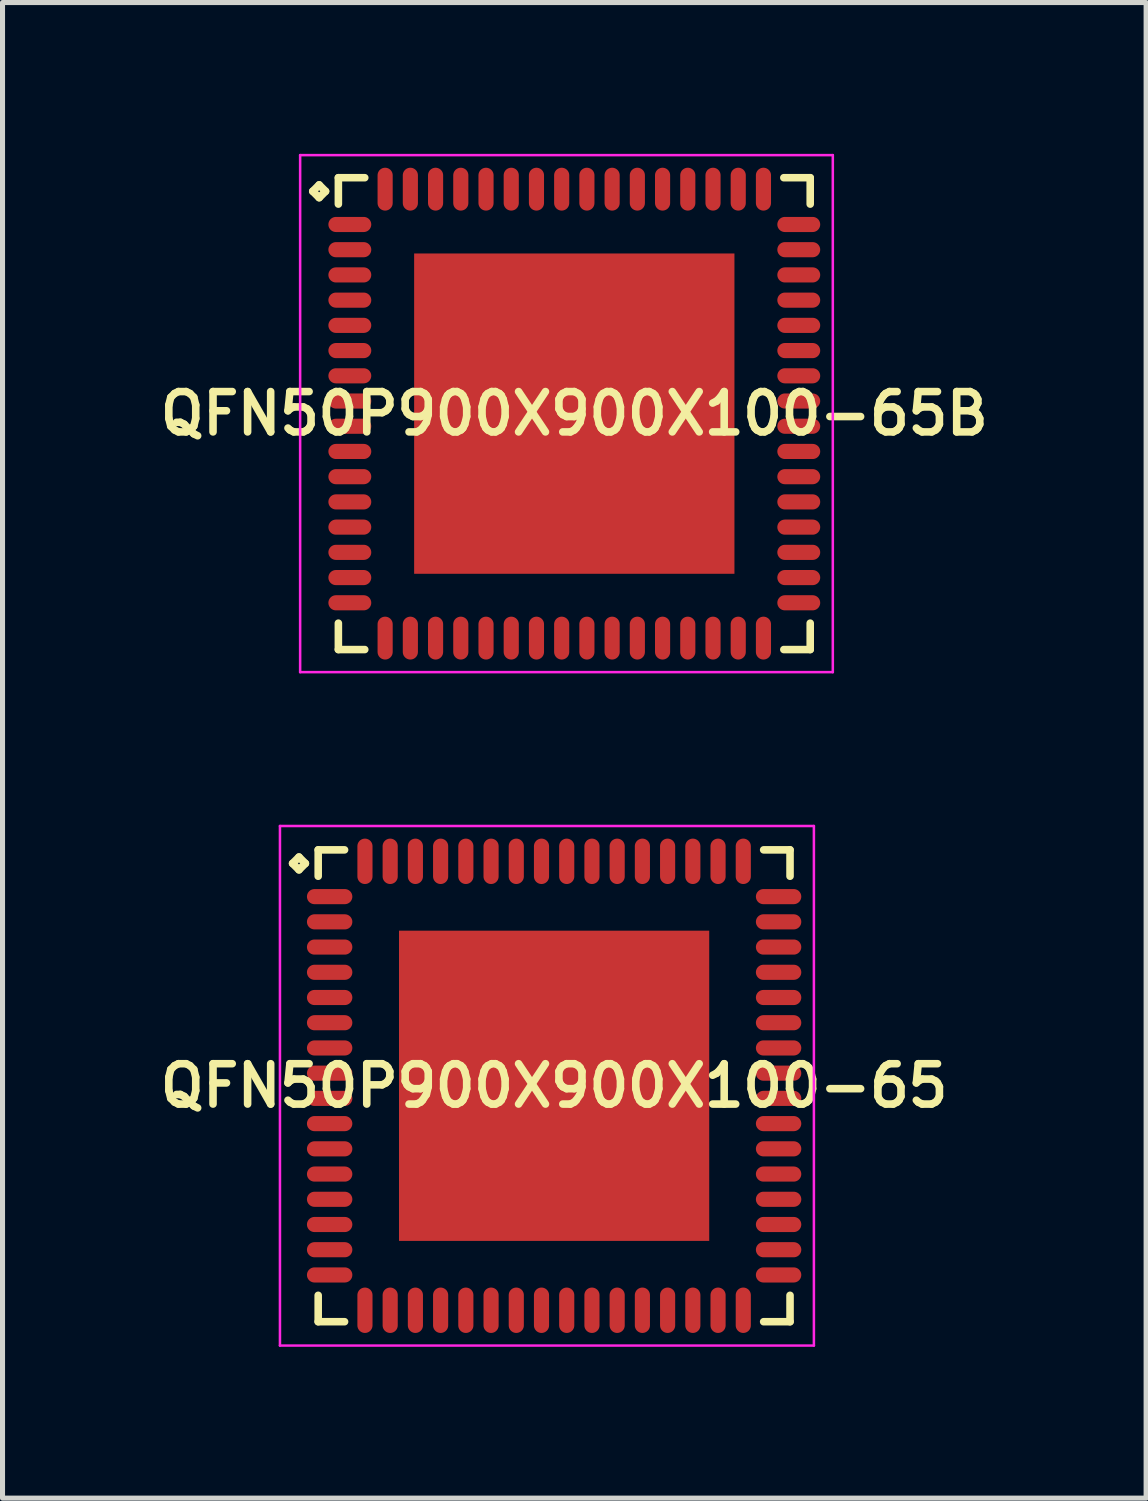
<source format=kicad_pcb>
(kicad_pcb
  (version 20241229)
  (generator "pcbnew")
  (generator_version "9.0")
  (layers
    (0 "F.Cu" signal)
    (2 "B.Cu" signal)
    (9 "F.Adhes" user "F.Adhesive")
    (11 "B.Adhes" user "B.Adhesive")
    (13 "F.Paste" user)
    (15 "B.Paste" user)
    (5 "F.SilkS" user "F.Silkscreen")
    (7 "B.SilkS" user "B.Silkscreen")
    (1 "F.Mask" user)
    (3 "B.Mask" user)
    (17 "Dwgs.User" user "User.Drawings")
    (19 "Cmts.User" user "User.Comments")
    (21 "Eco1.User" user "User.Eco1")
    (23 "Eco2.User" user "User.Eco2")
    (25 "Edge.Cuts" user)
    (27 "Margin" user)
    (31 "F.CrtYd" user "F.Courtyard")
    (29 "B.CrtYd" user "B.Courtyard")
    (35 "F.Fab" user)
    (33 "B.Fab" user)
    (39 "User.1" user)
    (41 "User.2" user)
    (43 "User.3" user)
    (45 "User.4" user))
  (footprint "QFN50P900X900X100-65"
    (layer "F.Cu")
    (at 7.935 18.475)
    (property "Reference" "QFN50P900X900X100-65" (at 0 0 0) (layer "F.SilkS") (effects (font (size 0.8 0.8) (thickness 0.15))))
    (attr smd)
    (fp_line (start -5.185 -4.408) (end -5.058 -4.535) (stroke (width 0.15) (type solid)) (layer "F.SilkS"))
    (fp_line (start -5.058 -4.535) (end -4.931 -4.408) (stroke (width 0.15) (type solid)) (layer "F.SilkS"))
    (fp_line (start -5.058 -4.281) (end -5.185 -4.408) (stroke (width 0.15) (type solid)) (layer "F.SilkS"))
    (fp_line (start -4.931 -4.408) (end -5.058 -4.281) (stroke (width 0.15) (type solid)) (layer "F.SilkS"))
    (fp_line (start -4.677 -4.677) (end -4.154 -4.677) (stroke (width 0.15) (type solid)) (layer "F.SilkS"))
    (fp_line (start -4.677 -4.154) (end -4.677 -4.677) (stroke (width 0.15) (type solid)) (layer "F.SilkS"))
    (fp_line (start -4.677 4.154) (end -4.677 4.677) (stroke (width 0.15) (type solid)) (layer "F.SilkS"))
    (fp_line (start -4.677 4.677) (end -4.154 4.677) (stroke (width 0.15) (type solid)) (layer "F.SilkS"))
    (fp_line (start 4.154 -4.677) (end 4.677 -4.677) (stroke (width 0.15) (type solid)) (layer "F.SilkS"))
    (fp_line (start 4.154 4.677) (end 4.677 4.677) (stroke (width 0.15) (type solid)) (layer "F.SilkS"))
    (fp_line (start 4.677 -4.677) (end 4.677 -4.154) (stroke (width 0.15) (type solid)) (layer "F.SilkS"))
    (fp_line (start 4.677 4.677) (end 4.677 4.154) (stroke (width 0.15) (type solid)) (layer "F.SilkS"))
    (fp_line (start -5.435 -5.15) (end 5.15 -5.15) (stroke (width 0.05) (type solid)) (layer "F.CrtYd"))
    (fp_line (start -5.435 5.15) (end -5.435 -5.15) (stroke (width 0.05) (type solid)) (layer "F.CrtYd"))
    (fp_line (start 5.15 -5.15) (end 5.15 5.15) (stroke (width 0.05) (type solid)) (layer "F.CrtYd"))
    (fp_line (start 5.15 5.15) (end -5.435 5.15) (stroke (width 0.05) (type solid)) (layer "F.CrtYd"))
    (pad "1" smd oval (at -4.45 -3.75) (size 0.9 0.3) (layers "F.Cu" "F.Mask" "F.Paste"))
    (pad "2" smd oval (at -4.45 -3.25) (size 0.9 0.3) (layers "F.Cu" "F.Mask" "F.Paste"))
    (pad "3" smd oval (at -4.45 -2.75) (size 0.9 0.3) (layers "F.Cu" "F.Mask" "F.Paste"))
    (pad "4" smd oval (at -4.45 -2.25) (size 0.9 0.3) (layers "F.Cu" "F.Mask" "F.Paste"))
    (pad "5" smd oval (at -4.45 -1.75) (size 0.9 0.3) (layers "F.Cu" "F.Mask" "F.Paste"))
    (pad "6" smd oval (at -4.45 -1.25) (size 0.9 0.3) (layers "F.Cu" "F.Mask" "F.Paste"))
    (pad "7" smd oval (at -4.45 -0.75) (size 0.9 0.3) (layers "F.Cu" "F.Mask" "F.Paste"))
    (pad "8" smd oval (at -4.45 -0.25) (size 0.9 0.3) (layers "F.Cu" "F.Mask" "F.Paste"))
    (pad "9" smd oval (at -4.45 0.25) (size 0.9 0.3) (layers "F.Cu" "F.Mask" "F.Paste"))
    (pad "10" smd oval (at -4.45 0.75) (size 0.9 0.3) (layers "F.Cu" "F.Mask" "F.Paste"))
    (pad "11" smd oval (at -4.45 1.25) (size 0.9 0.3) (layers "F.Cu" "F.Mask" "F.Paste"))
    (pad "12" smd oval (at -4.45 1.75) (size 0.9 0.3) (layers "F.Cu" "F.Mask" "F.Paste"))
    (pad "13" smd oval (at -4.45 2.25) (size 0.9 0.3) (layers "F.Cu" "F.Mask" "F.Paste"))
    (pad "14" smd oval (at -4.45 2.75) (size 0.9 0.3) (layers "F.Cu" "F.Mask" "F.Paste"))
    (pad "15" smd oval (at -4.45 3.25) (size 0.9 0.3) (layers "F.Cu" "F.Mask" "F.Paste"))
    (pad "16" smd oval (at -4.45 3.75) (size 0.9 0.3) (layers "F.Cu" "F.Mask" "F.Paste"))
    (pad "17" smd oval (at -3.75 4.45) (size 0.3 0.9) (layers "F.Cu" "F.Mask" "F.Paste"))
    (pad "18" smd oval (at -3.25 4.45) (size 0.3 0.9) (layers "F.Cu" "F.Mask" "F.Paste"))
    (pad "19" smd oval (at -2.75 4.45) (size 0.3 0.9) (layers "F.Cu" "F.Mask" "F.Paste"))
    (pad "20" smd oval (at -2.25 4.45) (size 0.3 0.9) (layers "F.Cu" "F.Mask" "F.Paste"))
    (pad "21" smd oval (at -1.75 4.45) (size 0.3 0.9) (layers "F.Cu" "F.Mask" "F.Paste"))
    (pad "22" smd oval (at -1.25 4.45) (size 0.3 0.9) (layers "F.Cu" "F.Mask" "F.Paste"))
    (pad "23" smd oval (at -0.75 4.45) (size 0.3 0.9) (layers "F.Cu" "F.Mask" "F.Paste"))
    (pad "24" smd oval (at -0.25 4.45) (size 0.3 0.9) (layers "F.Cu" "F.Mask" "F.Paste"))
    (pad "25" smd oval (at 0.25 4.45) (size 0.3 0.9) (layers "F.Cu" "F.Mask" "F.Paste"))
    (pad "26" smd oval (at 0.75 4.45) (size 0.3 0.9) (layers "F.Cu" "F.Mask" "F.Paste"))
    (pad "27" smd oval (at 1.25 4.45) (size 0.3 0.9) (layers "F.Cu" "F.Mask" "F.Paste"))
    (pad "28" smd oval (at 1.75 4.45) (size 0.3 0.9) (layers "F.Cu" "F.Mask" "F.Paste"))
    (pad "29" smd oval (at 2.25 4.45) (size 0.3 0.9) (layers "F.Cu" "F.Mask" "F.Paste"))
    (pad "30" smd oval (at 2.75 4.45) (size 0.3 0.9) (layers "F.Cu" "F.Mask" "F.Paste"))
    (pad "31" smd oval (at 3.25 4.45) (size 0.3 0.9) (layers "F.Cu" "F.Mask" "F.Paste"))
    (pad "32" smd oval (at 3.75 4.45) (size 0.3 0.9) (layers "F.Cu" "F.Mask" "F.Paste"))
    (pad "33" smd oval (at 4.45 3.75) (size 0.9 0.3) (layers "F.Cu" "F.Mask" "F.Paste"))
    (pad "34" smd oval (at 4.45 3.25) (size 0.9 0.3) (layers "F.Cu" "F.Mask" "F.Paste"))
    (pad "35" smd oval (at 4.45 2.75) (size 0.9 0.3) (layers "F.Cu" "F.Mask" "F.Paste"))
    (pad "36" smd oval (at 4.45 2.25) (size 0.9 0.3) (layers "F.Cu" "F.Mask" "F.Paste"))
    (pad "37" smd oval (at 4.45 1.75) (size 0.9 0.3) (layers "F.Cu" "F.Mask" "F.Paste"))
    (pad "38" smd oval (at 4.45 1.25) (size 0.9 0.3) (layers "F.Cu" "F.Mask" "F.Paste"))
    (pad "39" smd oval (at 4.45 0.75) (size 0.9 0.3) (layers "F.Cu" "F.Mask" "F.Paste"))
    (pad "40" smd oval (at 4.45 0.25) (size 0.9 0.3) (layers "F.Cu" "F.Mask" "F.Paste"))
    (pad "41" smd oval (at 4.45 -0.25) (size 0.9 0.3) (layers "F.Cu" "F.Mask" "F.Paste"))
    (pad "42" smd oval (at 4.45 -0.75) (size 0.9 0.3) (layers "F.Cu" "F.Mask" "F.Paste"))
    (pad "43" smd oval (at 4.45 -1.25) (size 0.9 0.3) (layers "F.Cu" "F.Mask" "F.Paste"))
    (pad "44" smd oval (at 4.45 -1.75) (size 0.9 0.3) (layers "F.Cu" "F.Mask" "F.Paste"))
    (pad "45" smd oval (at 4.45 -2.25) (size 0.9 0.3) (layers "F.Cu" "F.Mask" "F.Paste"))
    (pad "46" smd oval (at 4.45 -2.75) (size 0.9 0.3) (layers "F.Cu" "F.Mask" "F.Paste"))
    (pad "47" smd oval (at 4.45 -3.25) (size 0.9 0.3) (layers "F.Cu" "F.Mask" "F.Paste"))
    (pad "48" smd oval (at 4.45 -3.75) (size 0.9 0.3) (layers "F.Cu" "F.Mask" "F.Paste"))
    (pad "49" smd oval (at 3.75 -4.45) (size 0.3 0.9) (layers "F.Cu" "F.Mask" "F.Paste"))
    (pad "50" smd oval (at 3.25 -4.45) (size 0.3 0.9) (layers "F.Cu" "F.Mask" "F.Paste"))
    (pad "51" smd oval (at 2.75 -4.45) (size 0.3 0.9) (layers "F.Cu" "F.Mask" "F.Paste"))
    (pad "52" smd oval (at 2.25 -4.45) (size 0.3 0.9) (layers "F.Cu" "F.Mask" "F.Paste"))
    (pad "53" smd oval (at 1.75 -4.45) (size 0.3 0.9) (layers "F.Cu" "F.Mask" "F.Paste"))
    (pad "54" smd oval (at 1.25 -4.45) (size 0.3 0.9) (layers "F.Cu" "F.Mask" "F.Paste"))
    (pad "55" smd oval (at 0.75 -4.45) (size 0.3 0.9) (layers "F.Cu" "F.Mask" "F.Paste"))
    (pad "56" smd oval (at 0.25 -4.45) (size 0.3 0.9) (layers "F.Cu" "F.Mask" "F.Paste"))
    (pad "57" smd oval (at -0.25 -4.45) (size 0.3 0.9) (layers "F.Cu" "F.Mask" "F.Paste"))
    (pad "58" smd oval (at -0.75 -4.45) (size 0.3 0.9) (layers "F.Cu" "F.Mask" "F.Paste"))
    (pad "59" smd oval (at -1.25 -4.45) (size 0.3 0.9) (layers "F.Cu" "F.Mask" "F.Paste"))
    (pad "60" smd oval (at -1.75 -4.45) (size 0.3 0.9) (layers "F.Cu" "F.Mask" "F.Paste"))
    (pad "61" smd oval (at -2.25 -4.45) (size 0.3 0.9) (layers "F.Cu" "F.Mask" "F.Paste"))
    (pad "62" smd oval (at -2.75 -4.45) (size 0.3 0.9) (layers "F.Cu" "F.Mask" "F.Paste"))
    (pad "63" smd oval (at -3.25 -4.45) (size 0.3 0.9) (layers "F.Cu" "F.Mask" "F.Paste"))
    (pad "64" smd oval (at -3.75 -4.45) (size 0.3 0.9) (layers "F.Cu" "F.Mask" "F.Paste"))
    (pad "65" smd rect (at 0 0) (size 6.15 6.15) (layers "F.Cu" "F.Mask" "F.Paste")))
  (footprint "QFN50P900X900X100-65B"
    (layer "F.Cu")
    (at 8.335 5.15)
    (property "Reference" "QFN50P900X900X100-65B" (at 0 0 0) (layer "F.SilkS") (effects (font (size 0.8 0.8) (thickness 0.15))))
    (attr smd)
    (fp_line (start -5.185 -4.408) (end -5.058 -4.535) (stroke (width 0.15) (type solid)) (layer "F.SilkS"))
    (fp_line (start -5.058 -4.535) (end -4.931 -4.408) (stroke (width 0.15) (type solid)) (layer "F.SilkS"))
    (fp_line (start -5.058 -4.281) (end -5.185 -4.408) (stroke (width 0.15) (type solid)) (layer "F.SilkS"))
    (fp_line (start -4.931 -4.408) (end -5.058 -4.281) (stroke (width 0.15) (type solid)) (layer "F.SilkS"))
    (fp_line (start -4.677 -4.677) (end -4.154 -4.677) (stroke (width 0.15) (type solid)) (layer "F.SilkS"))
    (fp_line (start -4.677 -4.154) (end -4.677 -4.677) (stroke (width 0.15) (type solid)) (layer "F.SilkS"))
    (fp_line (start -4.677 4.154) (end -4.677 4.677) (stroke (width 0.15) (type solid)) (layer "F.SilkS"))
    (fp_line (start -4.677 4.677) (end -4.154 4.677) (stroke (width 0.15) (type solid)) (layer "F.SilkS"))
    (fp_line (start 4.154 -4.677) (end 4.677 -4.677) (stroke (width 0.15) (type solid)) (layer "F.SilkS"))
    (fp_line (start 4.154 4.677) (end 4.677 4.677) (stroke (width 0.15) (type solid)) (layer "F.SilkS"))
    (fp_line (start 4.677 -4.677) (end 4.677 -4.154) (stroke (width 0.15) (type solid)) (layer "F.SilkS"))
    (fp_line (start 4.677 4.677) (end 4.677 4.154) (stroke (width 0.15) (type solid)) (layer "F.SilkS"))
    (fp_line (start -5.435 -5.125) (end 5.125 -5.125) (stroke (width 0.05) (type solid)) (layer "F.CrtYd"))
    (fp_line (start -5.435 5.125) (end -5.435 -5.125) (stroke (width 0.05) (type solid)) (layer "F.CrtYd"))
    (fp_line (start 5.125 -5.125) (end 5.125 5.125) (stroke (width 0.05) (type solid)) (layer "F.CrtYd"))
    (fp_line (start 5.125 5.125) (end -5.435 5.125) (stroke (width 0.05) (type solid)) (layer "F.CrtYd"))
    (pad "1" smd oval (at -4.45 -3.75) (size 0.85 0.3) (layers "F.Cu" "F.Mask" "F.Paste"))
    (pad "2" smd oval (at -4.45 -3.25) (size 0.85 0.3) (layers "F.Cu" "F.Mask" "F.Paste"))
    (pad "3" smd oval (at -4.45 -2.75) (size 0.85 0.3) (layers "F.Cu" "F.Mask" "F.Paste"))
    (pad "4" smd oval (at -4.45 -2.25) (size 0.85 0.3) (layers "F.Cu" "F.Mask" "F.Paste"))
    (pad "5" smd oval (at -4.45 -1.75) (size 0.85 0.3) (layers "F.Cu" "F.Mask" "F.Paste"))
    (pad "6" smd oval (at -4.45 -1.25) (size 0.85 0.3) (layers "F.Cu" "F.Mask" "F.Paste"))
    (pad "7" smd oval (at -4.45 -0.75) (size 0.85 0.3) (layers "F.Cu" "F.Mask" "F.Paste"))
    (pad "8" smd oval (at -4.45 -0.25) (size 0.85 0.3) (layers "F.Cu" "F.Mask" "F.Paste"))
    (pad "9" smd oval (at -4.45 0.25) (size 0.85 0.3) (layers "F.Cu" "F.Mask" "F.Paste"))
    (pad "10" smd oval (at -4.45 0.75) (size 0.85 0.3) (layers "F.Cu" "F.Mask" "F.Paste"))
    (pad "11" smd oval (at -4.45 1.25) (size 0.85 0.3) (layers "F.Cu" "F.Mask" "F.Paste"))
    (pad "12" smd oval (at -4.45 1.75) (size 0.85 0.3) (layers "F.Cu" "F.Mask" "F.Paste"))
    (pad "13" smd oval (at -4.45 2.25) (size 0.85 0.3) (layers "F.Cu" "F.Mask" "F.Paste"))
    (pad "14" smd oval (at -4.45 2.75) (size 0.85 0.3) (layers "F.Cu" "F.Mask" "F.Paste"))
    (pad "15" smd oval (at -4.45 3.25) (size 0.85 0.3) (layers "F.Cu" "F.Mask" "F.Paste"))
    (pad "16" smd oval (at -4.45 3.75) (size 0.85 0.3) (layers "F.Cu" "F.Mask" "F.Paste"))
    (pad "17" smd oval (at -3.75 4.45) (size 0.3 0.85) (layers "F.Cu" "F.Mask" "F.Paste"))
    (pad "18" smd oval (at -3.25 4.45) (size 0.3 0.85) (layers "F.Cu" "F.Mask" "F.Paste"))
    (pad "19" smd oval (at -2.75 4.45) (size 0.3 0.85) (layers "F.Cu" "F.Mask" "F.Paste"))
    (pad "20" smd oval (at -2.25 4.45) (size 0.3 0.85) (layers "F.Cu" "F.Mask" "F.Paste"))
    (pad "21" smd oval (at -1.75 4.45) (size 0.3 0.85) (layers "F.Cu" "F.Mask" "F.Paste"))
    (pad "22" smd oval (at -1.25 4.45) (size 0.3 0.85) (layers "F.Cu" "F.Mask" "F.Paste"))
    (pad "23" smd oval (at -0.75 4.45) (size 0.3 0.85) (layers "F.Cu" "F.Mask" "F.Paste"))
    (pad "24" smd oval (at -0.25 4.45) (size 0.3 0.85) (layers "F.Cu" "F.Mask" "F.Paste"))
    (pad "25" smd oval (at 0.25 4.45) (size 0.3 0.85) (layers "F.Cu" "F.Mask" "F.Paste"))
    (pad "26" smd oval (at 0.75 4.45) (size 0.3 0.85) (layers "F.Cu" "F.Mask" "F.Paste"))
    (pad "27" smd oval (at 1.25 4.45) (size 0.3 0.85) (layers "F.Cu" "F.Mask" "F.Paste"))
    (pad "28" smd oval (at 1.75 4.45) (size 0.3 0.85) (layers "F.Cu" "F.Mask" "F.Paste"))
    (pad "29" smd oval (at 2.25 4.45) (size 0.3 0.85) (layers "F.Cu" "F.Mask" "F.Paste"))
    (pad "30" smd oval (at 2.75 4.45) (size 0.3 0.85) (layers "F.Cu" "F.Mask" "F.Paste"))
    (pad "31" smd oval (at 3.25 4.45) (size 0.3 0.85) (layers "F.Cu" "F.Mask" "F.Paste"))
    (pad "32" smd oval (at 3.75 4.45) (size 0.3 0.85) (layers "F.Cu" "F.Mask" "F.Paste"))
    (pad "33" smd oval (at 4.45 3.75) (size 0.85 0.3) (layers "F.Cu" "F.Mask" "F.Paste"))
    (pad "34" smd oval (at 4.45 3.25) (size 0.85 0.3) (layers "F.Cu" "F.Mask" "F.Paste"))
    (pad "35" smd oval (at 4.45 2.75) (size 0.85 0.3) (layers "F.Cu" "F.Mask" "F.Paste"))
    (pad "36" smd oval (at 4.45 2.25) (size 0.85 0.3) (layers "F.Cu" "F.Mask" "F.Paste"))
    (pad "37" smd oval (at 4.45 1.75) (size 0.85 0.3) (layers "F.Cu" "F.Mask" "F.Paste"))
    (pad "38" smd oval (at 4.45 1.25) (size 0.85 0.3) (layers "F.Cu" "F.Mask" "F.Paste"))
    (pad "39" smd oval (at 4.45 0.75) (size 0.85 0.3) (layers "F.Cu" "F.Mask" "F.Paste"))
    (pad "40" smd oval (at 4.45 0.25) (size 0.85 0.3) (layers "F.Cu" "F.Mask" "F.Paste"))
    (pad "41" smd oval (at 4.45 -0.25) (size 0.85 0.3) (layers "F.Cu" "F.Mask" "F.Paste"))
    (pad "42" smd oval (at 4.45 -0.75) (size 0.85 0.3) (layers "F.Cu" "F.Mask" "F.Paste"))
    (pad "43" smd oval (at 4.45 -1.25) (size 0.85 0.3) (layers "F.Cu" "F.Mask" "F.Paste"))
    (pad "44" smd oval (at 4.45 -1.75) (size 0.85 0.3) (layers "F.Cu" "F.Mask" "F.Paste"))
    (pad "45" smd oval (at 4.45 -2.25) (size 0.85 0.3) (layers "F.Cu" "F.Mask" "F.Paste"))
    (pad "46" smd oval (at 4.45 -2.75) (size 0.85 0.3) (layers "F.Cu" "F.Mask" "F.Paste"))
    (pad "47" smd oval (at 4.45 -3.25) (size 0.85 0.3) (layers "F.Cu" "F.Mask" "F.Paste"))
    (pad "48" smd oval (at 4.45 -3.75) (size 0.85 0.3) (layers "F.Cu" "F.Mask" "F.Paste"))
    (pad "49" smd oval (at 3.75 -4.45) (size 0.3 0.85) (layers "F.Cu" "F.Mask" "F.Paste"))
    (pad "50" smd oval (at 3.25 -4.45) (size 0.3 0.85) (layers "F.Cu" "F.Mask" "F.Paste"))
    (pad "51" smd oval (at 2.75 -4.45) (size 0.3 0.85) (layers "F.Cu" "F.Mask" "F.Paste"))
    (pad "52" smd oval (at 2.25 -4.45) (size 0.3 0.85) (layers "F.Cu" "F.Mask" "F.Paste"))
    (pad "53" smd oval (at 1.75 -4.45) (size 0.3 0.85) (layers "F.Cu" "F.Mask" "F.Paste"))
    (pad "54" smd oval (at 1.25 -4.45) (size 0.3 0.85) (layers "F.Cu" "F.Mask" "F.Paste"))
    (pad "55" smd oval (at 0.75 -4.45) (size 0.3 0.85) (layers "F.Cu" "F.Mask" "F.Paste"))
    (pad "56" smd oval (at 0.25 -4.45) (size 0.3 0.85) (layers "F.Cu" "F.Mask" "F.Paste"))
    (pad "57" smd oval (at -0.25 -4.45) (size 0.3 0.85) (layers "F.Cu" "F.Mask" "F.Paste"))
    (pad "58" smd oval (at -0.75 -4.45) (size 0.3 0.85) (layers "F.Cu" "F.Mask" "F.Paste"))
    (pad "59" smd oval (at -1.25 -4.45) (size 0.3 0.85) (layers "F.Cu" "F.Mask" "F.Paste"))
    (pad "60" smd oval (at -1.75 -4.45) (size 0.3 0.85) (layers "F.Cu" "F.Mask" "F.Paste"))
    (pad "61" smd oval (at -2.25 -4.45) (size 0.3 0.85) (layers "F.Cu" "F.Mask" "F.Paste"))
    (pad "62" smd oval (at -2.75 -4.45) (size 0.3 0.85) (layers "F.Cu" "F.Mask" "F.Paste"))
    (pad "63" smd oval (at -3.25 -4.45) (size 0.3 0.85) (layers "F.Cu" "F.Mask" "F.Paste"))
    (pad "64" smd oval (at -3.75 -4.45) (size 0.3 0.85) (layers "F.Cu" "F.Mask" "F.Paste"))
    (pad "65" smd rect (at 0 0) (size 6.35 6.35) (layers "F.Cu" "F.Mask" "F.Paste")))
  (gr_rect
    (start -3 -3)
    (end 19.671 26.65)
    (stroke (width 0.1) (type default))
    (fill no)
    (layer "Edge.Cuts")))
</source>
